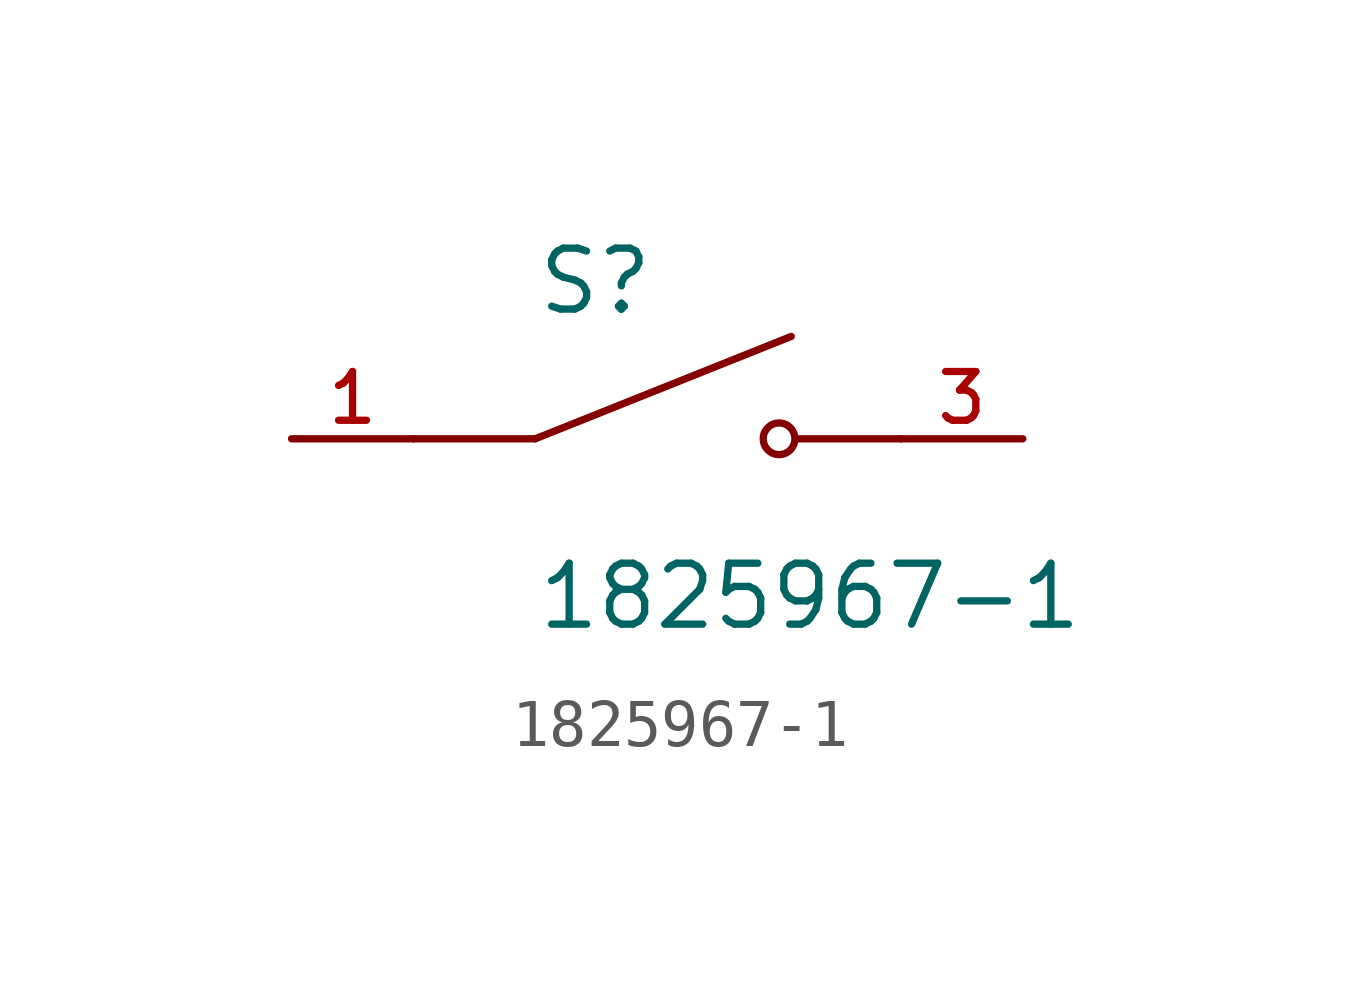
<source format=kicad_sym>
(kicad_symbol_lib
  (version 20211014)
  (generator kicad_symbol_editor)
  (symbol "1825967-1"
    (pin_names
      (offset 1.016))
    (property "Reference" "S"
      (at -2.54 2.54 0)
      (effects (font (size 1.27 1.27)) (justify bottom left)))
    (property "Value" "1825967-1"
      (at -2.54 -2.54 0)
      (effects (font (size 1.27 1.27)) (justify top left)))
    (symbol "1825967-1_0_0"
      (polyline (pts (xy -2.54 0.0) (xy 2.794 2.134)) (stroke (width 0.152)))
      (circle (center 2.54 0.0) (radius 0.33) (stroke (width 0.152)) (fill (type none)))
      (polyline (pts (xy 5.08 0.0) (xy 2.921 0.0)) (stroke (width 0.152)))
      (polyline (pts (xy -2.54 0.0) (xy -5.08 0.0)) (stroke (width 0.152)))
      (pin passive line (at -7.62 0.0 0) (length 2.54) (name "~" (effects (font (size 1.016 1.016)))) (number "1" (effects (font (size 1.016 1.016)))))
      (pin passive line (at 7.62 0.0 180.0) (length 2.54) (name "~" (effects (font (size 1.016 1.016)))) (number "3" (effects (font (size 1.016 1.016))))))))
</source>
